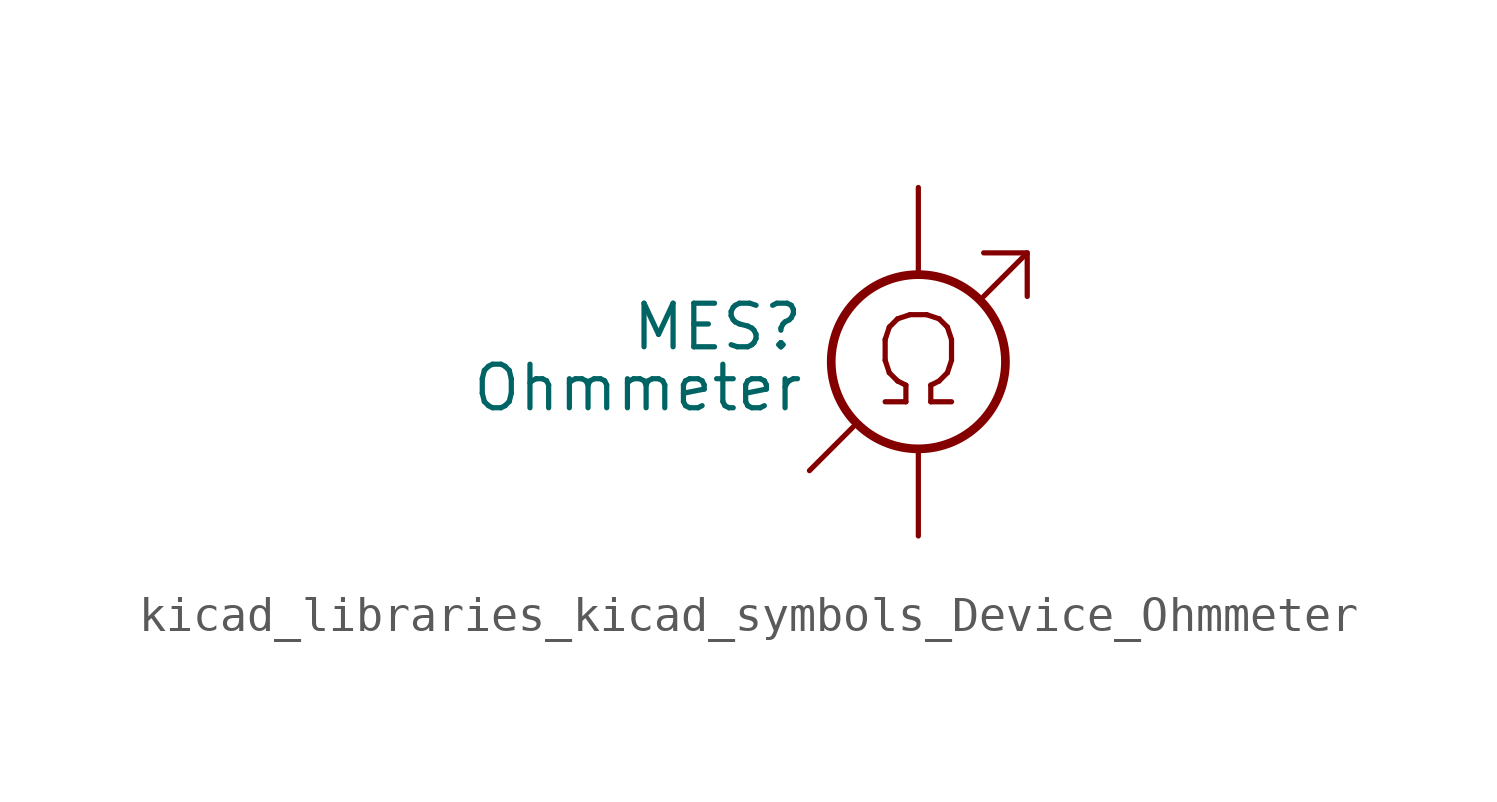
<source format=kicad_sym>
(kicad_symbol_lib
  (version 20220914)
  (generator kicad_symbol_editor)
  (symbol "kicad_libraries_kicad_symbols_Device_Ohmmeter"
    (pin_numbers hide)
    (pin_names
      (offset 0.025) hide)
    (property "Reference" "MES"
      (at -3.302 1.016 0)
      (effects (font (size 1.27 1.27)) (justify right)))
    (property "Value" "Ohmmeter"
      (at -3.302 -0.762 0)
      (effects (font (size 1.27 1.27)) (justify right)))
    (symbol "kicad_libraries_kicad_symbols_Device_Ohmmeter_0_0"
      (polyline (pts (xy -3.175 -3.175) (xy -1.905 -1.905)) (stroke (width 0) (type default)) (fill (type none)))
      (polyline (pts (xy 1.905 1.905) (xy 3.175 3.175)) (stroke (width 0) (type default)) (fill (type none)))
      (polyline (pts (xy 1.905 3.175) (xy 3.175 3.175) (xy 3.175 1.905)) (stroke (width 0) (type default)) (fill (type none)))
      (text "Ω" (at 0 0 0) (effects (font (size 2.54 2.54)))))
    (symbol "kicad_libraries_kicad_symbols_Device_Ohmmeter_0_1"
      (circle (center 0 0) (radius 2.54) (stroke (width 0.254) (type default)) (fill (type none))))
    (symbol "kicad_libraries_kicad_symbols_Device_Ohmmeter_1_1"
      (pin passive line (at 0 -5.08 90) (length 2.54) (name "-" (effects (font (size 1.27 1.27)))) (number "1" (effects (font (size 1.27 1.27)))))
      (pin passive line (at 0 5.08 270) (length 2.54) (name "+" (effects (font (size 1.27 1.27)))) (number "2" (effects (font (size 1.27 1.27))))))))
</source>
